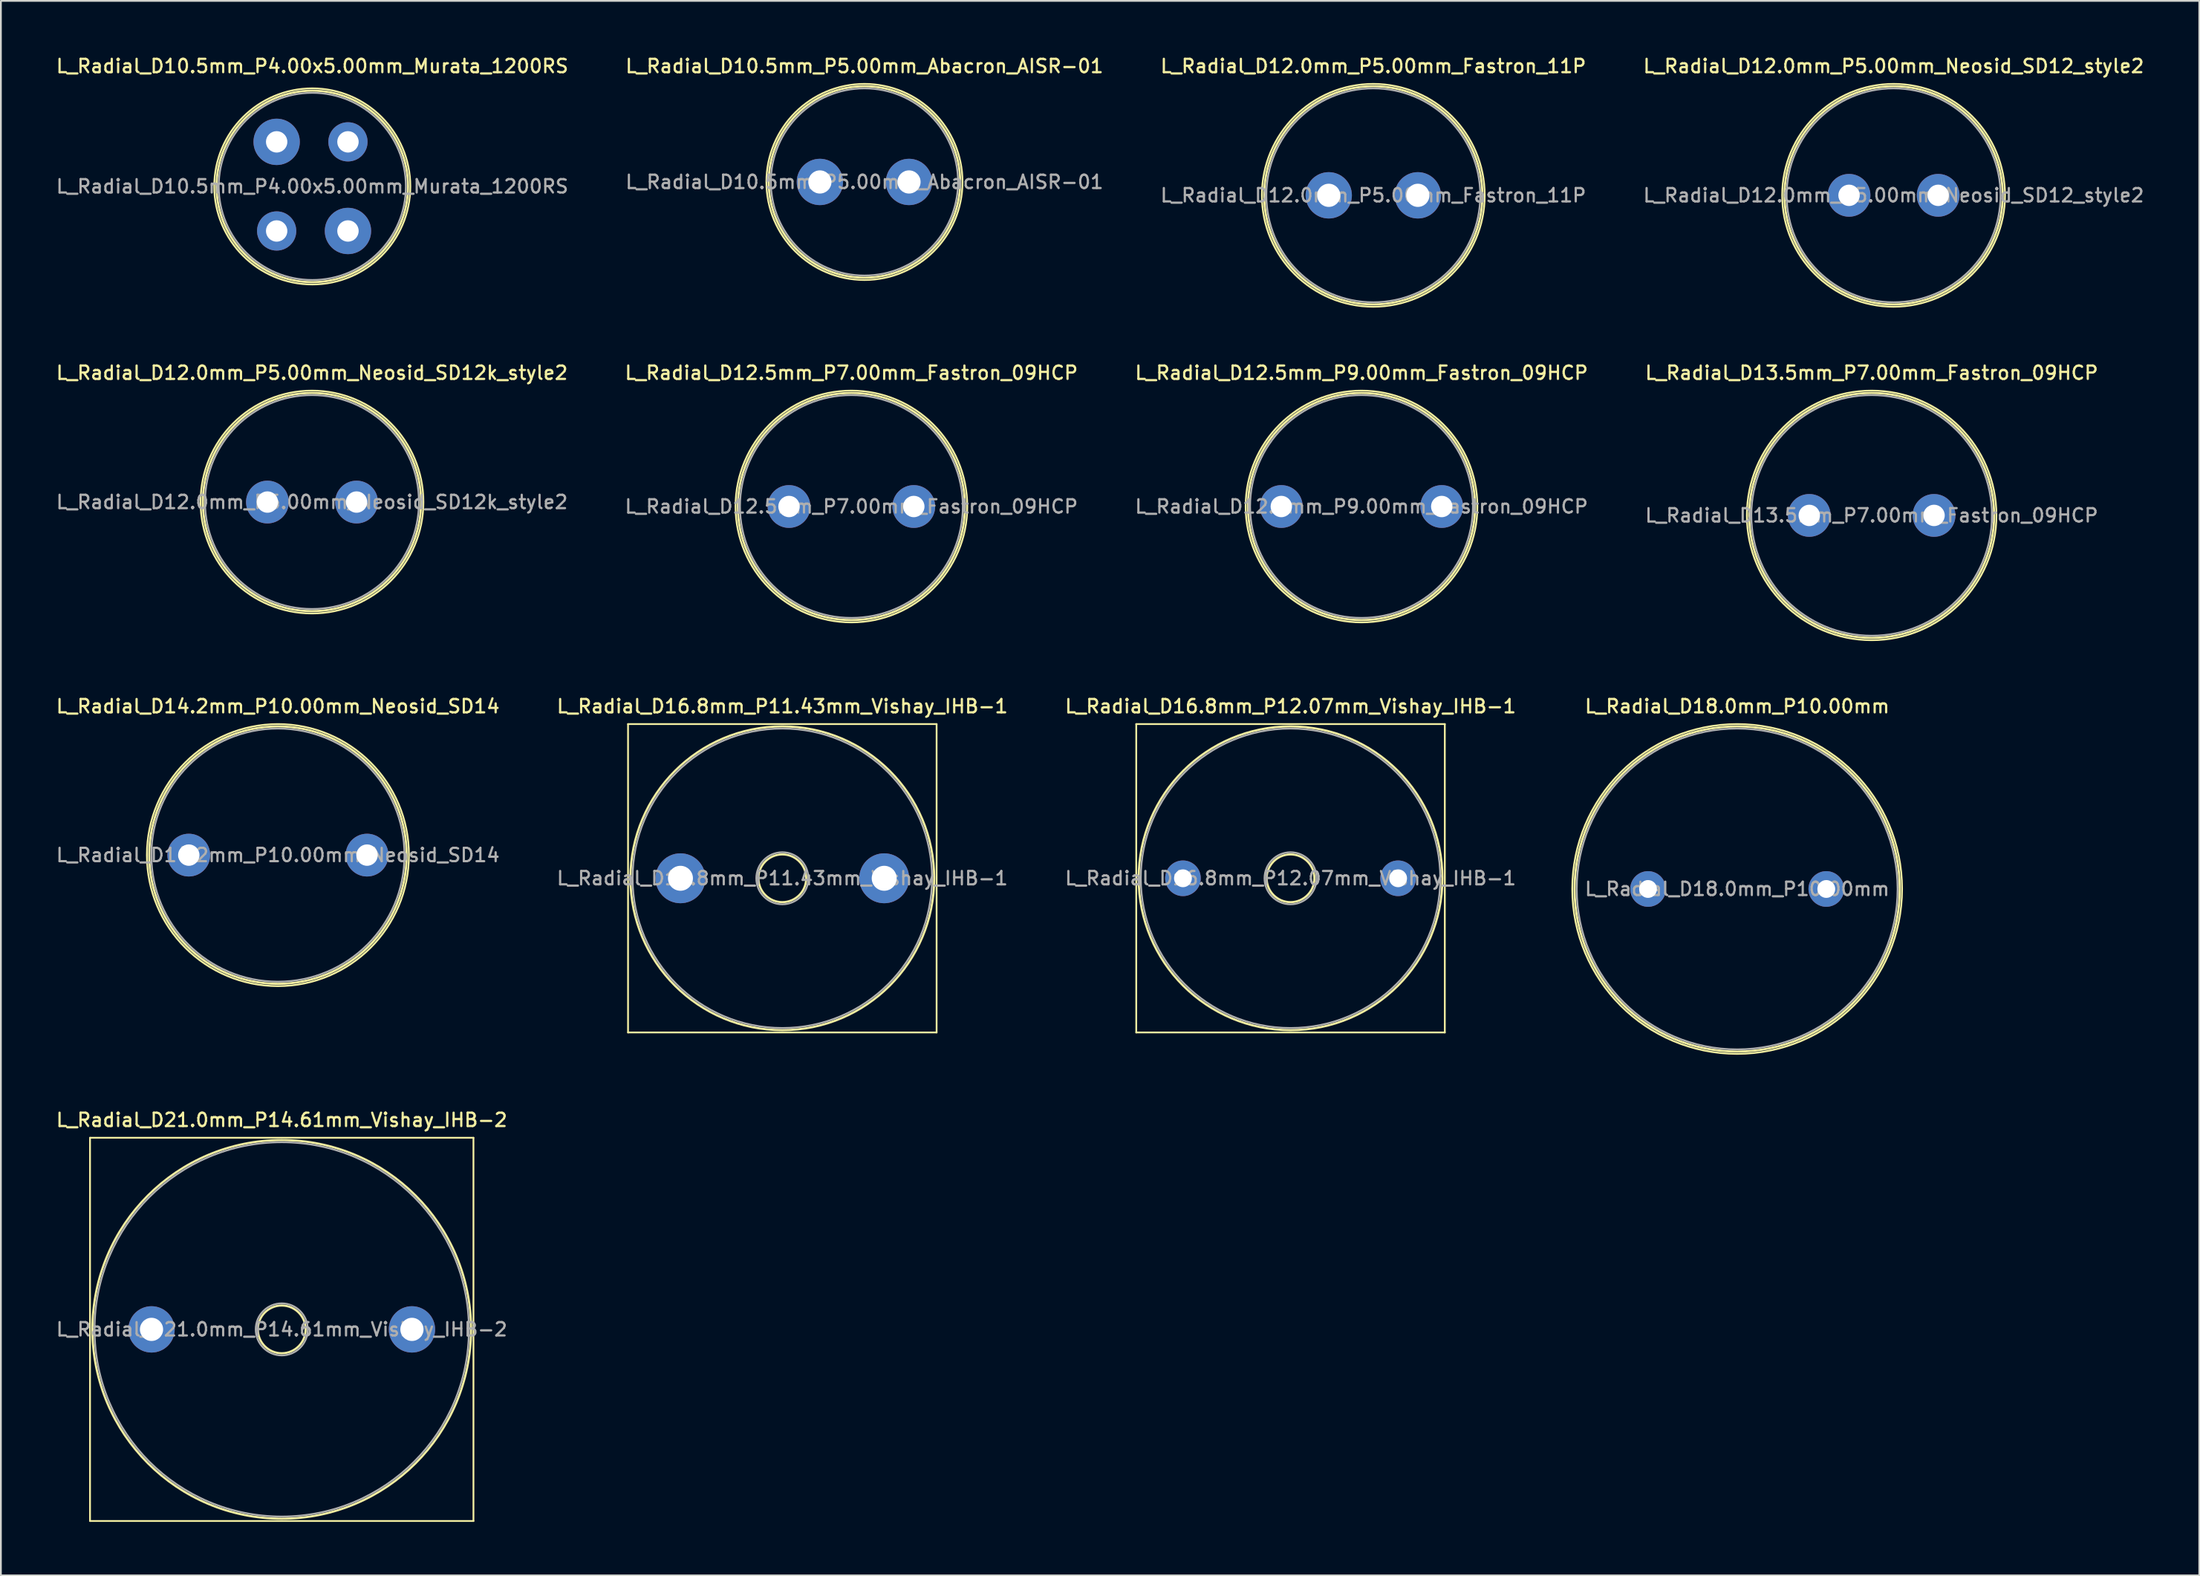
<source format=kicad_pcb>
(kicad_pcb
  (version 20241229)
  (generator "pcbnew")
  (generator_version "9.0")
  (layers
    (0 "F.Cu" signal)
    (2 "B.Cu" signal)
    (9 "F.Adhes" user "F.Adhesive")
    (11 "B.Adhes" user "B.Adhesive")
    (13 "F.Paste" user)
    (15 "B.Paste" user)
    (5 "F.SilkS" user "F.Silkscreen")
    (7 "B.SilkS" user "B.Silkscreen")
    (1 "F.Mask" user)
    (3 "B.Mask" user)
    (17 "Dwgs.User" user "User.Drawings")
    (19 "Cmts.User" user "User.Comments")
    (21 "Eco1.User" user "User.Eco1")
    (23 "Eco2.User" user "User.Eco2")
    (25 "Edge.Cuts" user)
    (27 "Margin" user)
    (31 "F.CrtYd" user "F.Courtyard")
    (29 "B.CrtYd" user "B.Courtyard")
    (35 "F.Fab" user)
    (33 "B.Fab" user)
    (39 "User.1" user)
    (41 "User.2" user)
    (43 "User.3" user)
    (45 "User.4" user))
  (footprint "L_Radial_D12.5mm_P9.00mm_Fastron_09HCP"
    (layer "F.Cu")
    (at 68.83 25.366)
    (property "Reference" "L_Radial_D12.5mm_P9.00mm_Fastron_09HCP" (at 4.5 -7.5 0) (layer "F.SilkS") (effects (font (size 0.75 0.75) (thickness 0.125))))
    (attr through_hole)
    (fp_circle (center 4.5 0) (end 10.87 0) (stroke (width 0.12) (type solid)) (fill no) (layer "F.SilkS"))
    (fp_circle (center 4.5 0) (end 11 0) (stroke (width 0.1) (type solid)) (fill no) (layer "F.SilkS"))
    (fp_circle (center 4.5 0) (end 10.75 0) (stroke (width 0.1) (type solid)) (fill no) (layer "F.Fab"))
    (fp_text user "${REFERENCE}" (at 4.5 0 0) (layer "F.Fab") (effects (font (size 0.75 0.75) (thickness 0.125))))
    (pad "1" thru_hole circle (at 0 0) (size 2.4 2.4) (drill 1.2) (layers "*.Cu" "*.Mask"))
    (pad "2" thru_hole circle (at 9 0) (size 2.4 2.4) (drill 1.2) (layers "*.Cu" "*.Mask")))
  (footprint "L_Radial_D12.0mm_P5.00mm_Neosid_SD12k_style2"
    (layer "F.Cu")
    (at 11.952 25.116)
    (property "Reference" "L_Radial_D12.0mm_P5.00mm_Neosid_SD12k_style2" (at 2.5 -7.25 0) (layer "F.SilkS") (effects (font (size 0.75 0.75) (thickness 0.125))))
    (attr through_hole)
    (fp_circle (center 2.5 0) (end 8.62 0) (stroke (width 0.12) (type solid)) (fill no) (layer "F.SilkS"))
    (fp_circle (center 2.5 0) (end 8.75 0) (stroke (width 0.1) (type solid)) (fill no) (layer "F.SilkS"))
    (fp_circle (center 2.5 0) (end 8.5 0) (stroke (width 0.1) (type solid)) (fill no) (layer "F.Fab"))
    (fp_text user "${REFERENCE}" (at 2.5 0 0) (layer "F.Fab") (effects (font (size 0.75 0.75) (thickness 0.125))))
    (pad "1" thru_hole circle (at 0 0) (size 2.4 2.4) (drill 1.2) (layers "*.Cu" "*.Mask"))
    (pad "2" thru_hole circle (at 5 0) (size 2.4 2.4) (drill 1.2) (layers "*.Cu" "*.Mask")))
  (footprint "L_Radial_D16.8mm_P11.43mm_Vishay_IHB-1"
    (layer "F.Cu")
    (at 35.123 46.224)
    (property "Reference" "L_Radial_D16.8mm_P11.43mm_Vishay_IHB-1" (at 5.715 -9.65 0) (layer "F.SilkS") (effects (font (size 0.75 0.75) (thickness 0.125))))
    (attr through_hole)
    (fp_line (start -2.94 -8.65) (end -2.94 8.65) (stroke (width 0.1) (type solid)) (layer "F.SilkS"))
    (fp_line (start -2.94 8.65) (end 14.37 8.65) (stroke (width 0.1) (type solid)) (layer "F.SilkS"))
    (fp_line (start 14.37 -8.65) (end -2.94 -8.65) (stroke (width 0.1) (type solid)) (layer "F.SilkS"))
    (fp_line (start 14.37 8.65) (end 14.37 -8.65) (stroke (width 0.1) (type solid)) (layer "F.SilkS"))
    (fp_circle (center 5.715 0) (end 7.055 0) (stroke (width 0.12) (type solid)) (fill no) (layer "F.SilkS"))
    (fp_circle (center 5.715 0) (end 14.235 0) (stroke (width 0.12) (type solid)) (fill no) (layer "F.SilkS"))
    (fp_circle (center 5.715 0) (end 7.175 0) (stroke (width 0.1) (type solid)) (fill no) (layer "F.Fab"))
    (fp_circle (center 5.715 0) (end 14.115 0) (stroke (width 0.1) (type solid)) (fill no) (layer "F.Fab"))
    (fp_text user "${REFERENCE}" (at 5.715 0 0) (layer "F.Fab") (effects (font (size 0.75 0.75) (thickness 0.125))))
    (pad "1" thru_hole circle (at 0 0) (size 2.8 2.8) (drill 1.4) (layers "*.Cu" "*.Mask"))
    (pad "2" thru_hole circle (at 11.43 0) (size 2.8 2.8) (drill 1.4) (layers "*.Cu" "*.Mask")))
  (footprint "L_Radial_D18.0mm_P10.00mm"
    (layer "F.Cu")
    (at 89.404 46.824)
    (property "Reference" "L_Radial_D18.0mm_P10.00mm" (at 5 -10.25 0) (layer "F.SilkS") (effects (font (size 0.75 0.75) (thickness 0.125))))
    (attr through_hole)
    (fp_circle (center 5 0) (end 14.12 0) (stroke (width 0.12) (type solid)) (fill no) (layer "F.SilkS"))
    (fp_circle (center 5 0) (end 14.25 0) (stroke (width 0.1) (type solid)) (fill no) (layer "F.SilkS"))
    (fp_circle (center 5 0) (end 14 0) (stroke (width 0.1) (type solid)) (fill no) (layer "F.Fab"))
    (fp_text user "${REFERENCE}" (at 5 0 0) (layer "F.Fab") (effects (font (size 0.75 0.75) (thickness 0.125))))
    (pad "1" thru_hole circle (at 0 0) (size 2 2) (drill 1) (layers "*.Cu" "*.Mask"))
    (pad "2" thru_hole circle (at 10 0) (size 2 2) (drill 1) (layers "*.Cu" "*.Mask")))
  (footprint "L_Radial_D14.2mm_P10.00mm_Neosid_SD14"
    (layer "F.Cu")
    (at 7.541 44.924)
    (property "Reference" "L_Radial_D14.2mm_P10.00mm_Neosid_SD14" (at 5 -8.35 0) (layer "F.SilkS") (effects (font (size 0.75 0.75) (thickness 0.125))))
    (attr through_hole)
    (fp_circle (center 5 0) (end 12.22 0) (stroke (width 0.12) (type solid)) (fill no) (layer "F.SilkS"))
    (fp_circle (center 5 0) (end 12.35 0) (stroke (width 0.1) (type solid)) (fill no) (layer "F.SilkS"))
    (fp_circle (center 5 0) (end 12.1 0) (stroke (width 0.1) (type solid)) (fill no) (layer "F.Fab"))
    (fp_text user "${REFERENCE}" (at 5 0 0) (layer "F.Fab") (effects (font (size 0.75 0.75) (thickness 0.125))))
    (pad "1" thru_hole circle (at 0 0) (size 2.4 2.4) (drill 1.2) (layers "*.Cu" "*.Mask"))
    (pad "2" thru_hole circle (at 10 0) (size 2.4 2.4) (drill 1.2) (layers "*.Cu" "*.Mask")))
  (footprint "L_Radial_D21.0mm_P14.61mm_Vishay_IHB-2"
    (layer "F.Cu")
    (at 5.45 71.532)
    (property "Reference" "L_Radial_D21.0mm_P14.61mm_Vishay_IHB-2" (at 7.305 -11.75 0) (layer "F.SilkS") (effects (font (size 0.75 0.75) (thickness 0.125))))
    (attr through_hole)
    (fp_line (start -3.45 -10.75) (end -3.45 10.75) (stroke (width 0.1) (type solid)) (layer "F.SilkS"))
    (fp_line (start -3.45 10.75) (end 18.06 10.75) (stroke (width 0.1) (type solid)) (layer "F.SilkS"))
    (fp_line (start 18.06 -10.75) (end -3.45 -10.75) (stroke (width 0.1) (type solid)) (layer "F.SilkS"))
    (fp_line (start 18.06 10.75) (end 18.06 -10.75) (stroke (width 0.1) (type solid)) (layer "F.SilkS"))
    (fp_circle (center 7.305 0) (end 8.645 0) (stroke (width 0.12) (type solid)) (fill no) (layer "F.SilkS"))
    (fp_circle (center 7.305 0) (end 17.925 0) (stroke (width 0.12) (type solid)) (fill no) (layer "F.SilkS"))
    (fp_circle (center 7.305 0) (end 8.765 0) (stroke (width 0.1) (type solid)) (fill no) (layer "F.Fab"))
    (fp_circle (center 7.305 0) (end 17.805 0) (stroke (width 0.1) (type solid)) (fill no) (layer "F.Fab"))
    (fp_text user "${REFERENCE}" (at 7.305 0 0) (layer "F.Fab") (effects (font (size 0.75 0.75) (thickness 0.125))))
    (pad "1" thru_hole circle (at 0 0) (size 2.6 2.6) (drill 1.3) (layers "*.Cu" "*.Mask"))
    (pad "2" thru_hole circle (at 14.61 0) (size 2.6 2.6) (drill 1.3) (layers "*.Cu" "*.Mask")))
  (footprint "L_Radial_D13.5mm_P7.00mm_Fastron_09HCP"
    (layer "F.Cu")
    (at 98.448 25.866)
    (property "Reference" "L_Radial_D13.5mm_P7.00mm_Fastron_09HCP" (at 3.5 -8 0) (layer "F.SilkS") (effects (font (size 0.75 0.75) (thickness 0.125))))
    (attr through_hole)
    (fp_circle (center 3.5 0) (end 10.37 0) (stroke (width 0.12) (type solid)) (fill no) (layer "F.SilkS"))
    (fp_circle (center 3.5 0) (end 10.5 0) (stroke (width 0.1) (type solid)) (fill no) (layer "F.SilkS"))
    (fp_circle (center 3.5 0) (end 10.25 0) (stroke (width 0.1) (type solid)) (fill no) (layer "F.Fab"))
    (fp_text user "${REFERENCE}" (at 3.5 0 0) (layer "F.Fab") (effects (font (size 0.75 0.75) (thickness 0.125))))
    (pad "1" thru_hole circle (at 0 0) (size 2.4 2.4) (drill 1.2) (layers "*.Cu" "*.Mask"))
    (pad "2" thru_hole circle (at 7 0) (size 2.4 2.4) (drill 1.2) (layers "*.Cu" "*.Mask")))
  (footprint "L_Radial_D12.0mm_P5.00mm_Fastron_11P"
    (layer "F.Cu")
    (at 71.491 7.908)
    (property "Reference" "L_Radial_D12.0mm_P5.00mm_Fastron_11P" (at 2.5 -7.25 0) (layer "F.SilkS") (effects (font (size 0.75 0.75) (thickness 0.125))))
    (attr through_hole)
    (fp_circle (center 2.5 0) (end 8.62 0) (stroke (width 0.12) (type solid)) (fill no) (layer "F.SilkS"))
    (fp_circle (center 2.5 0) (end 8.75 0) (stroke (width 0.1) (type solid)) (fill no) (layer "F.SilkS"))
    (fp_circle (center 2.5 0) (end 8.5 0) (stroke (width 0.1) (type solid)) (fill no) (layer "F.Fab"))
    (fp_text user "${REFERENCE}" (at 2.5 0 0) (layer "F.Fab") (effects (font (size 0.75 0.75) (thickness 0.125))))
    (pad "1" thru_hole circle (at 0 0) (size 2.6 2.6) (drill 1.3) (layers "*.Cu" "*.Mask"))
    (pad "2" thru_hole circle (at 5 0) (size 2.6 2.6) (drill 1.3) (layers "*.Cu" "*.Mask")))
  (footprint "L_Radial_D16.8mm_P12.07mm_Vishay_IHB-1"
    (layer "F.Cu")
    (at 63.313 46.224)
    (property "Reference" "L_Radial_D16.8mm_P12.07mm_Vishay_IHB-1" (at 6.035 -9.65 0) (layer "F.SilkS") (effects (font (size 0.75 0.75) (thickness 0.125))))
    (attr through_hole)
    (fp_line (start -2.62 -8.65) (end -2.62 8.65) (stroke (width 0.1) (type solid)) (layer "F.SilkS"))
    (fp_line (start -2.62 8.65) (end 14.69 8.65) (stroke (width 0.1) (type solid)) (layer "F.SilkS"))
    (fp_line (start 14.69 -8.65) (end -2.62 -8.65) (stroke (width 0.1) (type solid)) (layer "F.SilkS"))
    (fp_line (start 14.69 8.65) (end 14.69 -8.65) (stroke (width 0.1) (type solid)) (layer "F.SilkS"))
    (fp_circle (center 6.035 0) (end 7.375 0) (stroke (width 0.12) (type solid)) (fill no) (layer "F.SilkS"))
    (fp_circle (center 6.035 0) (end 14.555 0) (stroke (width 0.12) (type solid)) (fill no) (layer "F.SilkS"))
    (fp_circle (center 6.035 0) (end 7.495 0) (stroke (width 0.1) (type solid)) (fill no) (layer "F.Fab"))
    (fp_circle (center 6.035 0) (end 14.435 0) (stroke (width 0.1) (type solid)) (fill no) (layer "F.Fab"))
    (fp_text user "${REFERENCE}" (at 6.035 0 0) (layer "F.Fab") (effects (font (size 0.75 0.75) (thickness 0.125))))
    (pad "1" thru_hole circle (at 0 0) (size 2 2) (drill 1) (layers "*.Cu" "*.Mask"))
    (pad "2" thru_hole circle (at 12.07 0) (size 2 2) (drill 1) (layers "*.Cu" "*.Mask")))
  (footprint "L_Radial_D10.5mm_P5.00mm_Abacron_AISR-01"
    (layer "F.Cu")
    (at 42.945 7.158)
    (property "Reference" "L_Radial_D10.5mm_P5.00mm_Abacron_AISR-01" (at 2.5 -6.5 0) (layer "F.SilkS") (effects (font (size 0.75 0.75) (thickness 0.125))))
    (attr through_hole)
    (fp_circle (center 2.5 0) (end 7.87 0) (stroke (width 0.12) (type solid)) (fill no) (layer "F.SilkS"))
    (fp_circle (center 2.5 0) (end 8 0) (stroke (width 0.1) (type solid)) (fill no) (layer "F.SilkS"))
    (fp_circle (center 2.5 0) (end 7.75 0) (stroke (width 0.1) (type solid)) (fill no) (layer "F.Fab"))
    (fp_text user "${REFERENCE}" (at 2.5 0 0) (layer "F.Fab") (effects (font (size 0.75 0.75) (thickness 0.125))))
    (pad "1" thru_hole circle (at 0 0) (size 2.6 2.6) (drill 1.3) (layers "*.Cu" "*.Mask"))
    (pad "2" thru_hole circle (at 5 0) (size 2.6 2.6) (drill 1.3) (layers "*.Cu" "*.Mask")))
  (footprint "L_Radial_D12.0mm_P5.00mm_Neosid_SD12_style2"
    (layer "F.Cu")
    (at 100.68 7.908)
    (property "Reference" "L_Radial_D12.0mm_P5.00mm_Neosid_SD12_style2" (at 2.5 -7.25 0) (layer "F.SilkS") (effects (font (size 0.75 0.75) (thickness 0.125))))
    (attr through_hole)
    (fp_circle (center 2.5 0) (end 8.62 0) (stroke (width 0.12) (type solid)) (fill no) (layer "F.SilkS"))
    (fp_circle (center 2.5 0) (end 8.75 0) (stroke (width 0.1) (type solid)) (fill no) (layer "F.SilkS"))
    (fp_circle (center 2.5 0) (end 8.5 0) (stroke (width 0.1) (type solid)) (fill no) (layer "F.Fab"))
    (fp_text user "${REFERENCE}" (at 2.5 0 0) (layer "F.Fab") (effects (font (size 0.75 0.75) (thickness 0.125))))
    (pad "1" thru_hole circle (at 0 0) (size 2.4 2.4) (drill 1.2) (layers "*.Cu" "*.Mask"))
    (pad "2" thru_hole circle (at 5 0) (size 2.4 2.4) (drill 1.2) (layers "*.Cu" "*.Mask")))
  (footprint "L_Radial_D12.5mm_P7.00mm_Fastron_09HCP"
    (layer "F.Cu")
    (at 41.213 25.366)
    (property "Reference" "L_Radial_D12.5mm_P7.00mm_Fastron_09HCP" (at 3.5 -7.5 0) (layer "F.SilkS") (effects (font (size 0.75 0.75) (thickness 0.125))))
    (attr through_hole)
    (fp_circle (center 3.5 0) (end 9.87 0) (stroke (width 0.12) (type solid)) (fill no) (layer "F.SilkS"))
    (fp_circle (center 3.5 0) (end 10 0) (stroke (width 0.1) (type solid)) (fill no) (layer "F.SilkS"))
    (fp_circle (center 3.5 0) (end 9.75 0) (stroke (width 0.1) (type solid)) (fill no) (layer "F.Fab"))
    (fp_text user "${REFERENCE}" (at 3.5 0 0) (layer "F.Fab") (effects (font (size 0.75 0.75) (thickness 0.125))))
    (pad "1" thru_hole circle (at 0 0) (size 2.4 2.4) (drill 1.2) (layers "*.Cu" "*.Mask"))
    (pad "2" thru_hole circle (at 7 0) (size 2.4 2.4) (drill 1.2) (layers "*.Cu" "*.Mask")))
  (footprint "L_Radial_D10.5mm_P4.00x5.00mm_Murata_1200RS"
    (layer "F.Cu")
    (at 12.47 4.908)
    (property "Reference" "L_Radial_D10.5mm_P4.00x5.00mm_Murata_1200RS" (at 2 -4.25 0) (layer "F.SilkS") (effects (font (size 0.75 0.75) (thickness 0.125))))
    (attr through_hole)
    (fp_circle (center 2 2.5) (end 7.37 2.5) (stroke (width 0.12) (type solid)) (fill no) (layer "F.SilkS"))
    (fp_circle (center 2 2.5) (end 7.5 2.5) (stroke (width 0.1) (type solid)) (fill no) (layer "F.SilkS"))
    (fp_circle (center 2 2.5) (end 7.25 2.5) (stroke (width 0.1) (type solid)) (fill no) (layer "F.Fab"))
    (fp_text user "${REFERENCE}" (at 2 2.5 0) (layer "F.Fab") (effects (font (size 0.75 0.75) (thickness 0.125))))
    (pad "" thru_hole circle (at 0 5) (size 2.2 2.2) (drill 1.2) (layers "*.Cu" "*.Mask"))
    (pad "" thru_hole circle (at 4 0) (size 2.2 2.2) (drill 1.2) (layers "*.Cu" "*.Mask"))
    (pad "1" thru_hole circle (at 0 0) (size 2.6 2.6) (drill 1.2) (layers "*.Cu" "*.Mask"))
    (pad "2" thru_hole circle (at 4 5) (size 2.6 2.6) (drill 1.2) (layers "*.Cu" "*.Mask")))
  (gr_rect
    (start -3 -3)
    (end 120.329 85.332)
    (stroke (width 0.1) (type default))
    (fill no)
    (layer "Edge.Cuts")))
</source>
